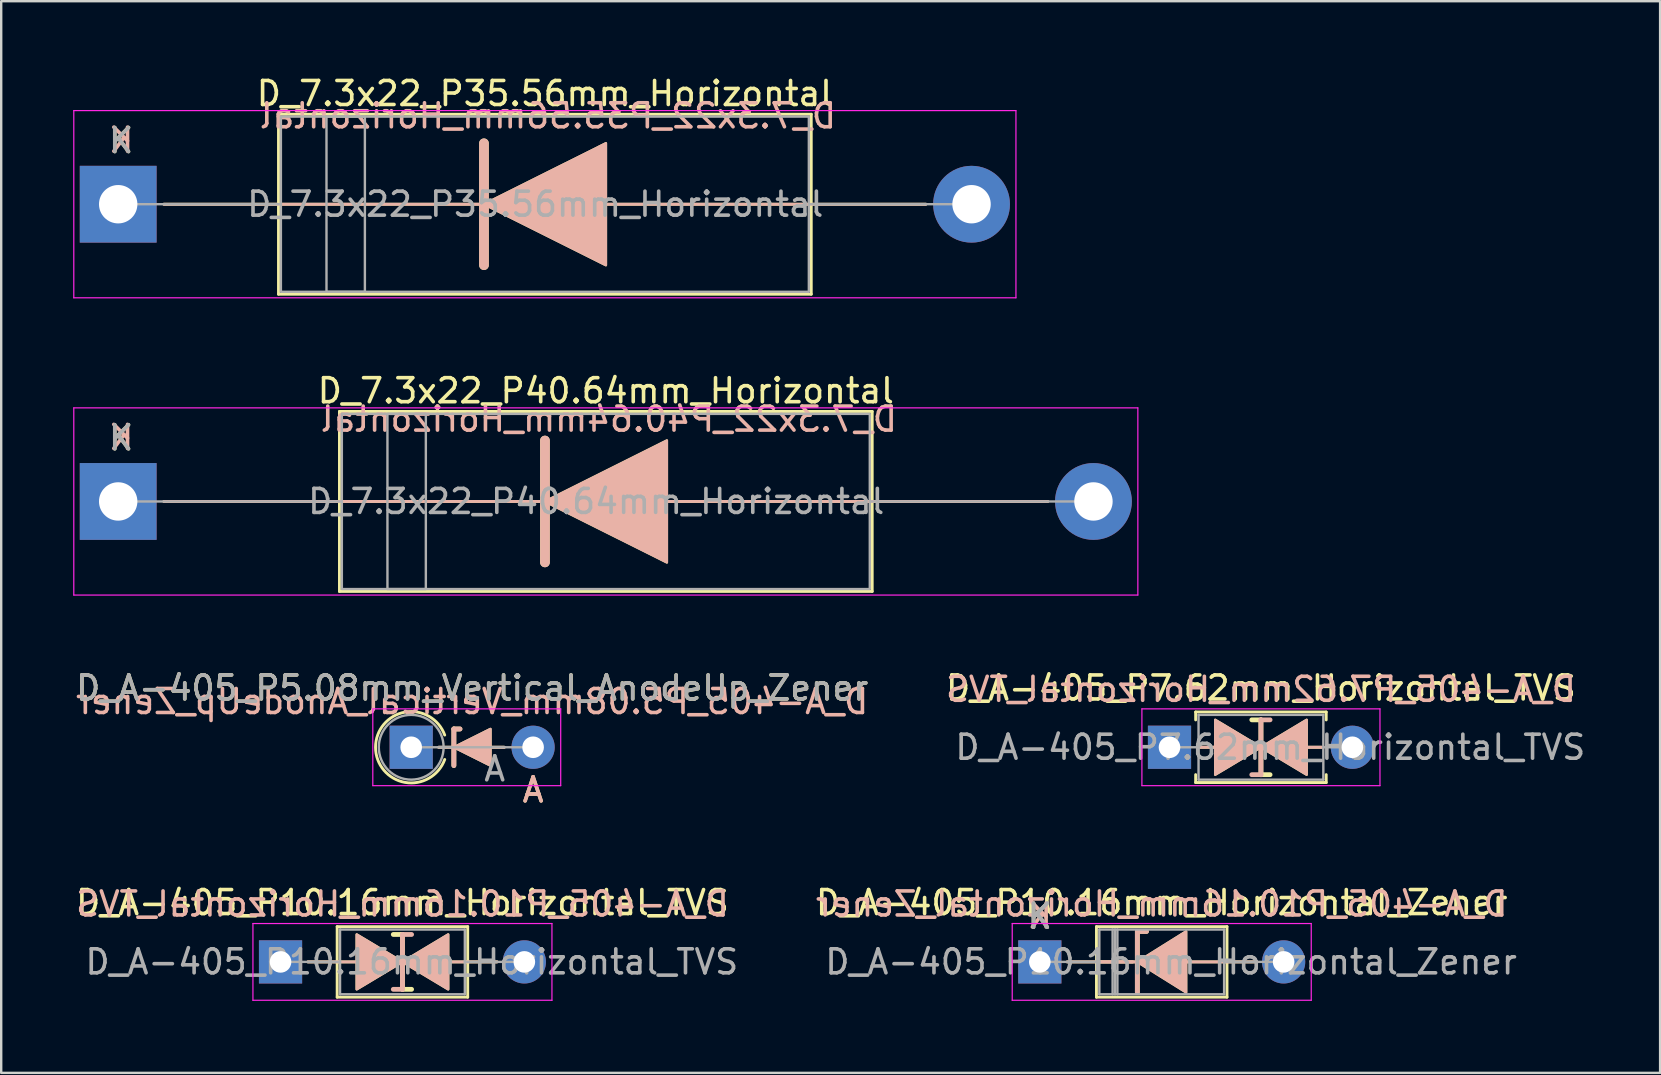
<source format=kicad_pcb>
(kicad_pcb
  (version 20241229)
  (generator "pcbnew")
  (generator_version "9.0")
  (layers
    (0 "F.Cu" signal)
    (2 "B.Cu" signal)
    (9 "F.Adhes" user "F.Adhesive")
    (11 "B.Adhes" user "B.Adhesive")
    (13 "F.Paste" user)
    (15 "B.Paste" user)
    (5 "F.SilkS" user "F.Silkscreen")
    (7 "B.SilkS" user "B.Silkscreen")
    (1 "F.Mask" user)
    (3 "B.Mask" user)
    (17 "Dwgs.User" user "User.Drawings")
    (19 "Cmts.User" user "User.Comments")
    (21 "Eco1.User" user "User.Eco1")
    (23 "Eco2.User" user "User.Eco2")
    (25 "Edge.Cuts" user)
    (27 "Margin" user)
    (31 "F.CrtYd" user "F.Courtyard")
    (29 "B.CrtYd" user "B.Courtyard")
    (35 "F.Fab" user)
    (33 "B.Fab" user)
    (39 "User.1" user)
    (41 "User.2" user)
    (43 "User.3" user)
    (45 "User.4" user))
  (footprint "D_7.3x22_P40.64mm_Horizontal"
    (layer "F.Cu")
    (at 1.875 17.846)
    (property "Reference" "D_7.3x22_P40.64mm_Horizontal" (at 20.32 -4.612 0) (layer "F.SilkS") (effects (font (size 1 1) (thickness 0.15))))
    (attr through_hole)
    (fp_line (start 1.905 0) (end 38.735 0) (stroke (width 0.12) (type solid)) (layer "F.SilkS"))
    (fp_line (start 9.22 -3.75) (end 31.42 -3.75) (stroke (width 0.12) (type default)) (layer "F.SilkS"))
    (fp_line (start 9.22 0) (end 9.22 -3.75) (stroke (width 0.12) (type default)) (layer "F.SilkS"))
    (fp_line (start 9.22 3.75) (end 9.22 0) (stroke (width 0.12) (type default)) (layer "F.SilkS"))
    (fp_line (start 9.22 3.75) (end 31.42 3.75) (stroke (width 0.12) (type default)) (layer "F.SilkS"))
    (fp_line (start 17.782 2.54) (end 17.782 -2.54) (stroke (width 0.4) (type solid)) (layer "F.SilkS"))
    (fp_line (start 31.42 -3.75) (end 31.42 0) (stroke (width 0.12) (type default)) (layer "F.SilkS"))
    (fp_line (start 31.42 0) (end 31.42 3.75) (stroke (width 0.12) (type default)) (layer "F.SilkS"))
    (fp_poly (pts (xy 22.863 2.54) (xy 17.782 0) (xy 22.863 -2.54)) (stroke (width 0.1) (type solid)) (fill yes) (layer "F.SilkS"))
    (fp_line (start 1.907 0) (end 38.737 0) (stroke (width 0.12) (type solid)) (layer "B.SilkS"))
    (fp_line (start 17.785 -2.54) (end 17.785 2.54) (stroke (width 0.4) (type solid)) (layer "B.SilkS"))
    (fp_poly (pts (xy 22.865 -2.54) (xy 17.785 0) (xy 22.865 2.54)) (stroke (width 0.1) (type solid)) (fill yes) (layer "B.SilkS"))
    (fp_line (start -1.85 -3.9) (end -1.85 3.9) (stroke (width 0.05) (type solid)) (layer "F.CrtYd"))
    (fp_line (start -1.85 3.9) (end 42.49 3.9) (stroke (width 0.05) (type solid)) (layer "F.CrtYd"))
    (fp_line (start 42.49 -3.9) (end -1.85 -3.9) (stroke (width 0.05) (type solid)) (layer "F.CrtYd"))
    (fp_line (start 42.49 3.9) (end 42.49 -3.9) (stroke (width 0.05) (type solid)) (layer "F.CrtYd"))
    (fp_line (start 0 0) (end 9.32 0) (stroke (width 0.1) (type solid)) (layer "F.Fab"))
    (fp_line (start 31.32 0) (end 40.64 0) (stroke (width 0.1) (type solid)) (layer "F.Fab"))
    (fp_rect (start 9.32 -3.65) (end 31.32 3.65) (stroke (width 0.1) (type default)) (fill no) (layer "F.Fab"))
    (fp_rect (start 11.22 -3.65) (end 12.82 3.65) (stroke (width 0.1) (type solid)) (fill no) (layer "F.Fab"))
    (fp_text user "K" (at 0.12 -2.65 0) (layer "F.SilkS") (effects (font (size 1 1) (thickness 0.15))))
    (fp_text user "${REFERENCE}" (at 20.447 -3.429 0) (layer "B.SilkS") (effects (font (size 1 1) (thickness 0.15)) (justify mirror)))
    (fp_text user "K" (at 0.127 -2.667 0) (layer "B.SilkS") (effects (font (size 1 1) (thickness 0.15)) (justify mirror)))
    (fp_text user "K" (at 0.12 -2.65 0) (layer "F.Fab") (effects (font (size 1 1) (thickness 0.15))))
    (fp_text user "${REFERENCE}" (at 19.92 0 0) (layer "F.Fab") (effects (font (size 1 1) (thickness 0.15))))
    (pad "1" thru_hole rect (at 0 0) (size 3.2 3.2) (drill 1.6) (layers "*.Cu" "*.Mask"))
    (pad "2" thru_hole oval (at 40.64 0) (size 3.2 3.2) (drill 1.6) (layers "*.Cu" "*.Mask")))
  (footprint "D_A-405_P10.16mm_Horizontal_TVS"
    (layer "F.Cu")
    (at 8.64 37.033)
    (property "Reference" "D_A-405_P10.16mm_Horizontal_TVS" (at 5.08 -2.47 0) (layer "F.SilkS") (effects (font (size 1 1) (thickness 0.15))))
    (fp_line (start 1.14 0) (end 2.36 0) (stroke (width 0.12) (type solid)) (layer "F.SilkS"))
    (fp_line (start 2.36 -1.47) (end 2.36 1.47) (stroke (width 0.12) (type solid)) (layer "F.SilkS"))
    (fp_line (start 2.36 0) (end 3.175 0) (stroke (width 0.12) (type solid)) (layer "F.SilkS"))
    (fp_line (start 2.36 1.47) (end 7.8 1.47) (stroke (width 0.12) (type solid)) (layer "F.SilkS"))
    (fp_line (start 5.08 -1.143) (end 4.699 -1.143) (stroke (width 0.2) (type solid)) (layer "F.SilkS"))
    (fp_line (start 5.08 1.143) (end 5.08 -1.143) (stroke (width 0.2) (type solid)) (layer "F.SilkS"))
    (fp_line (start 5.461 1.143) (end 5.08 1.143) (stroke (width 0.2) (type solid)) (layer "F.SilkS"))
    (fp_line (start 7.8 -1.47) (end 2.36 -1.47) (stroke (width 0.12) (type solid)) (layer "F.SilkS"))
    (fp_line (start 7.8 0) (end 6.985 0) (stroke (width 0.12) (type solid)) (layer "F.SilkS"))
    (fp_line (start 7.8 1.47) (end 7.8 -1.47) (stroke (width 0.12) (type solid)) (layer "F.SilkS"))
    (fp_line (start 9.02 0) (end 7.8 0) (stroke (width 0.12) (type solid)) (layer "F.SilkS"))
    (fp_poly (pts (xy 5.08 0) (xy 3.175 1.143) (xy 3.175 -1.143)) (stroke (width 0.1) (type solid)) (fill yes) (layer "F.SilkS"))
    (fp_poly (pts (xy 5.08 0) (xy 6.985 -1.143) (xy 6.985 1.143)) (stroke (width 0.1) (type solid)) (fill yes) (layer "F.SilkS"))
    (fp_line (start 1.14 0) (end 2.36 0) (stroke (width 0.12) (type solid)) (layer "B.SilkS"))
    (fp_line (start 2.36 0) (end 3.175 0) (stroke (width 0.12) (type solid)) (layer "B.SilkS"))
    (fp_line (start 5.08 -1.143) (end 5.08 1.143) (stroke (width 0.2) (type solid)) (layer "B.SilkS"))
    (fp_line (start 5.08 1.143) (end 4.699 1.143) (stroke (width 0.2) (type solid)) (layer "B.SilkS"))
    (fp_line (start 5.461 -1.143) (end 5.08 -1.143) (stroke (width 0.2) (type solid)) (layer "B.SilkS"))
    (fp_line (start 7.8 0) (end 6.985 0) (stroke (width 0.12) (type solid)) (layer "B.SilkS"))
    (fp_line (start 9.02 0) (end 7.8 0) (stroke (width 0.12) (type solid)) (layer "B.SilkS"))
    (fp_poly (pts (xy 5.08 0) (xy 3.175 -1.143) (xy 3.175 1.143)) (stroke (width 0.1) (type solid)) (fill yes) (layer "B.SilkS"))
    (fp_poly (pts (xy 5.08 0) (xy 6.985 1.143) (xy 6.985 -1.143)) (stroke (width 0.1) (type solid)) (fill yes) (layer "B.SilkS"))
    (fp_line (start -1.15 -1.6) (end -1.15 1.6) (stroke (width 0.05) (type solid)) (layer "F.CrtYd"))
    (fp_line (start -1.15 1.6) (end 11.31 1.6) (stroke (width 0.05) (type solid)) (layer "F.CrtYd"))
    (fp_line (start 11.31 -1.6) (end -1.15 -1.6) (stroke (width 0.05) (type solid)) (layer "F.CrtYd"))
    (fp_line (start 11.31 1.6) (end 11.31 -1.6) (stroke (width 0.05) (type solid)) (layer "F.CrtYd"))
    (fp_line (start 0 0) (end 2.48 0) (stroke (width 0.1) (type solid)) (layer "F.Fab"))
    (fp_line (start 2.48 -1.35) (end 2.48 1.35) (stroke (width 0.1) (type solid)) (layer "F.Fab"))
    (fp_line (start 2.48 1.35) (end 7.68 1.35) (stroke (width 0.1) (type solid)) (layer "F.Fab"))
    (fp_line (start 7.68 -1.35) (end 2.48 -1.35) (stroke (width 0.1) (type solid)) (layer "F.Fab"))
    (fp_line (start 7.68 1.35) (end 7.68 -1.35) (stroke (width 0.1) (type solid)) (layer "F.Fab"))
    (fp_line (start 10.16 0) (end 7.68 0) (stroke (width 0.1) (type solid)) (layer "F.Fab"))
    (fp_text user "${REFERENCE}" (at 5.08 -2.413 0) (layer "B.SilkS") (effects (font (size 1 1) (thickness 0.15)) (justify mirror)))
    (fp_text user "${REFERENCE}" (at 5.47 0 0) (layer "F.Fab") (effects (font (size 1 1) (thickness 0.15))))
    (pad "1" thru_hole rect (at 0 0) (size 1.8 1.8) (drill 0.9) (layers "*.Cu" "*.Mask"))
    (pad "2" thru_hole oval (at 10.16 0) (size 1.8 1.8) (drill 0.9) (layers "*.Cu" "*.Mask")))
  (footprint "D_A-405_P10.16mm_Horizontal_Zener"
    (layer "F.Cu")
    (at 40.28 37.033)
    (property "Reference" "D_A-405_P10.16mm_Horizontal_Zener" (at 5.08 -2.47 0) (layer "F.SilkS") (effects (font (size 1 1) (thickness 0.15))))
    (fp_line (start 1.14 0) (end 2.36 0) (stroke (width 0.12) (type solid)) (layer "F.SilkS"))
    (fp_line (start 2.36 -1.47) (end 2.36 1.47) (stroke (width 0.12) (type solid)) (layer "F.SilkS"))
    (fp_line (start 2.36 1.47) (end 7.8 1.47) (stroke (width 0.12) (type solid)) (layer "F.SilkS"))
    (fp_line (start 2.54 0) (end 4.064 0) (stroke (width 0.12) (type solid)) (layer "F.SilkS"))
    (fp_line (start 3.87 0) (end 2.36 0) (stroke (width 0.12) (type solid)) (layer "F.SilkS"))
    (fp_line (start 4.064 -1.27) (end 4.064 1.27) (stroke (width 0.2) (type solid)) (layer "F.SilkS"))
    (fp_line (start 4.064 -1.27) (end 4.445 -1.27) (stroke (width 0.2) (type solid)) (layer "F.SilkS"))
    (fp_line (start 7.8 -1.47) (end 2.36 -1.47) (stroke (width 0.12) (type solid)) (layer "F.SilkS"))
    (fp_line (start 7.8 0) (end 6.096 0) (stroke (width 0.12) (type solid)) (layer "F.SilkS"))
    (fp_line (start 7.8 1.47) (end 7.8 -1.47) (stroke (width 0.12) (type solid)) (layer "F.SilkS"))
    (fp_line (start 9.02 0) (end 7.8 0) (stroke (width 0.12) (type solid)) (layer "F.SilkS"))
    (fp_poly (pts (xy 6.096 1.27) (xy 4.064 0) (xy 6.096 -1.27)) (stroke (width 0.1) (type solid)) (fill yes) (layer "F.SilkS"))
    (fp_line (start 1.14 0) (end 2.36 0) (stroke (width 0.12) (type solid)) (layer "B.SilkS"))
    (fp_line (start 2.54 0) (end 4.064 0) (stroke (width 0.12) (type solid)) (layer "B.SilkS"))
    (fp_line (start 3.87 0) (end 2.36 0) (stroke (width 0.12) (type solid)) (layer "B.SilkS"))
    (fp_line (start 4.064 -1.27) (end 4.445 -1.27) (stroke (width 0.2) (type solid)) (layer "B.SilkS"))
    (fp_line (start 4.064 1.27) (end 4.064 -1.27) (stroke (width 0.2) (type solid)) (layer "B.SilkS"))
    (fp_line (start 7.8 0) (end 6.096 0) (stroke (width 0.12) (type solid)) (layer "B.SilkS"))
    (fp_line (start 9.02 0) (end 7.8 0) (stroke (width 0.12) (type solid)) (layer "B.SilkS"))
    (fp_poly (pts (xy 6.096 -1.27) (xy 4.064 0) (xy 6.096 1.27)) (stroke (width 0.1) (type solid)) (fill yes) (layer "B.SilkS"))
    (fp_line (start -1.15 -1.6) (end -1.15 1.6) (stroke (width 0.05) (type solid)) (layer "F.CrtYd"))
    (fp_line (start -1.15 1.6) (end 11.31 1.6) (stroke (width 0.05) (type solid)) (layer "F.CrtYd"))
    (fp_line (start 11.31 -1.6) (end -1.15 -1.6) (stroke (width 0.05) (type solid)) (layer "F.CrtYd"))
    (fp_line (start 11.31 1.6) (end 11.31 -1.6) (stroke (width 0.05) (type solid)) (layer "F.CrtYd"))
    (fp_line (start 0 0) (end 2.48 0) (stroke (width 0.1) (type solid)) (layer "F.Fab"))
    (fp_line (start 2.48 -1.35) (end 2.48 1.35) (stroke (width 0.1) (type solid)) (layer "F.Fab"))
    (fp_line (start 2.48 1.35) (end 7.68 1.35) (stroke (width 0.1) (type solid)) (layer "F.Fab"))
    (fp_line (start 3.033 -1.35) (end 3.033 1.35) (stroke (width 0.1) (type solid)) (layer "F.Fab"))
    (fp_line (start 3.133 -1.35) (end 3.133 1.35) (stroke (width 0.1) (type solid)) (layer "F.Fab"))
    (fp_line (start 3.233 -1.35) (end 3.233 1.35) (stroke (width 0.1) (type solid)) (layer "F.Fab"))
    (fp_line (start 7.68 -1.35) (end 2.48 -1.35) (stroke (width 0.1) (type solid)) (layer "F.Fab"))
    (fp_line (start 7.68 1.35) (end 7.68 -1.35) (stroke (width 0.1) (type solid)) (layer "F.Fab"))
    (fp_line (start 10.16 0) (end 7.68 0) (stroke (width 0.1) (type solid)) (layer "F.Fab"))
    (fp_text user "K" (at 0 -1.905 0) (layer "F.SilkS") (effects (font (size 1 1) (thickness 0.15))))
    (fp_text user "K" (at 0 -1.91 0) (layer "B.SilkS") (effects (font (size 1 1) (thickness 0.15)) (justify mirror)))
    (fp_text user "${REFERENCE}" (at 5.08 -2.413 0) (layer "B.SilkS") (effects (font (size 1 1) (thickness 0.15)) (justify mirror)))
    (fp_text user "K" (at 0 -1.9 0) (layer "F.Fab") (effects (font (size 1 1) (thickness 0.15))))
    (fp_text user "K" (at 0 -1.905 0) (layer "F.Fab") (effects (font (size 1 1) (thickness 0.15))))
    (fp_text user "${REFERENCE}" (at 5.47 0 0) (layer "F.Fab") (effects (font (size 1 1) (thickness 0.15))))
    (pad "1" thru_hole rect (at 0 0) (size 1.8 1.8) (drill 0.9) (layers "*.Cu" "*.Mask"))
    (pad "2" thru_hole oval (at 10.16 0) (size 1.8 1.8) (drill 0.9) (layers "*.Cu" "*.Mask")))
  (footprint "D_7.3x22_P35.56mm_Horizontal"
    (layer "F.Cu")
    (at 1.875 5.46)
    (property "Reference" "D_7.3x22_P35.56mm_Horizontal" (at 17.78 -4.612 0) (layer "F.SilkS") (effects (font (size 1 1) (thickness 0.15))))
    (attr through_hole)
    (fp_line (start 1.905 0) (end 33.655 0) (stroke (width 0.12) (type solid)) (layer "F.SilkS"))
    (fp_line (start 6.68 -3.75) (end 28.88 -3.75) (stroke (width 0.12) (type default)) (layer "F.SilkS"))
    (fp_line (start 6.68 0) (end 6.68 -3.75) (stroke (width 0.12) (type default)) (layer "F.SilkS"))
    (fp_line (start 6.68 3.75) (end 6.68 0) (stroke (width 0.12) (type default)) (layer "F.SilkS"))
    (fp_line (start 6.68 3.75) (end 28.88 3.75) (stroke (width 0.12) (type default)) (layer "F.SilkS"))
    (fp_line (start 15.242 2.54) (end 15.242 -2.54) (stroke (width 0.4) (type solid)) (layer "F.SilkS"))
    (fp_line (start 28.88 -3.75) (end 28.88 0) (stroke (width 0.12) (type default)) (layer "F.SilkS"))
    (fp_line (start 28.88 0) (end 28.88 3.75) (stroke (width 0.12) (type default)) (layer "F.SilkS"))
    (fp_poly (pts (xy 20.323 2.54) (xy 15.242 0) (xy 20.323 -2.54)) (stroke (width 0.1) (type solid)) (fill yes) (layer "F.SilkS"))
    (fp_line (start 1.905 0) (end 33.655 0) (stroke (width 0.12) (type solid)) (layer "B.SilkS"))
    (fp_line (start 15.242 -2.54) (end 15.242 2.54) (stroke (width 0.4) (type solid)) (layer "B.SilkS"))
    (fp_poly (pts (xy 20.323 -2.54) (xy 15.242 0) (xy 20.323 2.54)) (stroke (width 0.1) (type solid)) (fill yes) (layer "B.SilkS"))
    (fp_line (start -1.85 -3.9) (end -1.85 3.9) (stroke (width 0.05) (type solid)) (layer "F.CrtYd"))
    (fp_line (start -1.85 3.9) (end 37.41 3.9) (stroke (width 0.05) (type solid)) (layer "F.CrtYd"))
    (fp_line (start 37.41 -3.9) (end -1.85 -3.9) (stroke (width 0.05) (type solid)) (layer "F.CrtYd"))
    (fp_line (start 37.41 3.9) (end 37.41 -3.9) (stroke (width 0.05) (type solid)) (layer "F.CrtYd"))
    (fp_line (start 0 0) (end 6.78 0) (stroke (width 0.1) (type solid)) (layer "F.Fab"))
    (fp_line (start 28.78 0) (end 35.56 0) (stroke (width 0.1) (type solid)) (layer "F.Fab"))
    (fp_rect (start 6.78 -3.65) (end 28.78 3.65) (stroke (width 0.1) (type default)) (fill no) (layer "F.Fab"))
    (fp_rect (start 8.68 -3.65) (end 10.28 3.65) (stroke (width 0.1) (type solid)) (fill no) (layer "F.Fab"))
    (fp_text user "K" (at 0.12 -2.65 0) (layer "F.SilkS") (effects (font (size 1 1) (thickness 0.15))))
    (fp_text user "${REFERENCE}" (at 17.907 -3.683 0) (layer "B.SilkS") (effects (font (size 1 1) (thickness 0.15)) (justify mirror)))
    (fp_text user "K" (at 0.127 -2.667 0) (layer "B.SilkS") (effects (font (size 1 1) (thickness 0.15)) (justify mirror)))
    (fp_text user "${REFERENCE}" (at 17.38 0 0) (layer "F.Fab") (effects (font (size 1 1) (thickness 0.15))))
    (fp_text user "K" (at 0.12 -2.65 0) (layer "F.Fab") (effects (font (size 1 1) (thickness 0.15))))
    (pad "1" thru_hole rect (at 0 0) (size 3.2 3.2) (drill 1.6) (layers "*.Cu" "*.Mask"))
    (pad "2" thru_hole oval (at 35.56 0) (size 3.2 3.2) (drill 1.6) (layers "*.Cu" "*.Mask")))
  (footprint "D_A-405_P5.08mm_Vertical_AnodeUp_Zener"
    (layer "F.Cu")
    (at 14.085 28.089)
    (property "Reference" "D_A-405_P5.08mm_Vertical_AnodeUp_Zener" (at 2.54 -2.47 0) (layer "F.SilkS") (effects (font (size 1 1) (thickness 0.15))))
    (fp_line (start 1.143 0) (end 3.88 0) (stroke (width 0.12) (type solid)) (layer "F.SilkS"))
    (fp_line (start 1.778 -0.762) (end 1.778 0.762) (stroke (width 0.2) (type solid)) (layer "F.SilkS"))
    (fp_line (start 1.778 -0.762) (end 2.032 -0.762) (stroke (width 0.2) (type solid)) (layer "F.SilkS"))
    (fp_arc (start 1.396999 0.508) (mid -1.486496 0) (end 1.396999 -0.507999) (stroke (width 0.12) (type solid)) (layer "F.SilkS"))
    (fp_poly (pts (xy 3.302 0.762) (xy 1.778 0) (xy 3.302 -0.762)) (stroke (width 0.1) (type solid)) (fill yes) (layer "F.SilkS"))
    (fp_line (start 1.143 0) (end 3.88 0) (stroke (width 0.12) (type solid)) (layer "B.SilkS"))
    (fp_line (start 1.778 -0.762) (end 2.032 -0.762) (stroke (width 0.2) (type solid)) (layer "B.SilkS"))
    (fp_line (start 1.778 0.762) (end 1.778 -0.762) (stroke (width 0.2) (type solid)) (layer "B.SilkS"))
    (fp_poly (pts (xy 3.302 -0.762) (xy 1.778 0) (xy 3.302 0.762)) (stroke (width 0.1) (type solid)) (fill yes) (layer "B.SilkS"))
    (fp_line (start -1.6 -1.6) (end -1.6 1.6) (stroke (width 0.05) (type solid)) (layer "F.CrtYd"))
    (fp_line (start -1.6 1.6) (end 6.23 1.6) (stroke (width 0.05) (type solid)) (layer "F.CrtYd"))
    (fp_line (start 6.23 -1.6) (end -1.6 -1.6) (stroke (width 0.05) (type solid)) (layer "F.CrtYd"))
    (fp_line (start 6.23 1.6) (end 6.23 -1.6) (stroke (width 0.05) (type solid)) (layer "F.CrtYd"))
    (fp_line (start 0 0) (end 5.08 0) (stroke (width 0.1) (type solid)) (layer "F.Fab"))
    (fp_circle (center 0 0) (end 1.35 0) (stroke (width 0.1) (type solid)) (fill no) (layer "F.Fab"))
    (fp_text user "A" (at 5.08 1.778 0) (layer "F.SilkS") (effects (font (size 1 1) (thickness 0.15))))
    (fp_text user "A" (at 5.08 1.778 0) (layer "B.SilkS") (effects (font (size 1 1) (thickness 0.15)) (justify mirror)))
    (fp_text user "${REFERENCE}" (at 2.54 -1.905 0) (layer "B.SilkS") (effects (font (size 1 1) (thickness 0.15)) (justify mirror)))
    (fp_text user "${REFERENCE}" (at 2.54 -2.47 0) (layer "F.Fab") (effects (font (size 1 1) (thickness 0.15))))
    (fp_text user "A" (at 3.48 0.9 0) (layer "F.Fab") (effects (font (size 1 1) (thickness 0.15))))
    (pad "1" thru_hole rect (at 0 0) (size 1.8 1.8) (drill 0.9) (layers "*.Cu" "*.Mask"))
    (pad "2" thru_hole oval (at 5.08 0) (size 1.8 1.8) (drill 0.9) (layers "*.Cu" "*.Mask")))
  (footprint "D_A-405_P7.62mm_Horizontal_TVS"
    (layer "F.Cu")
    (at 45.684 28.089)
    (property "Reference" "D_A-405_P7.62mm_Horizontal_TVS" (at 3.81 -2.47 0) (layer "F.SilkS") (effects (font (size 1 1) (thickness 0.15))))
    (fp_line (start 1.09 -1.47) (end 6.53 -1.47) (stroke (width 0.12) (type solid)) (layer "F.SilkS"))
    (fp_line (start 1.09 -1.14) (end 1.09 -1.47) (stroke (width 0.12) (type solid)) (layer "F.SilkS"))
    (fp_line (start 1.09 1.14) (end 1.09 1.47) (stroke (width 0.12) (type solid)) (layer "F.SilkS"))
    (fp_line (start 1.09 1.47) (end 6.53 1.47) (stroke (width 0.12) (type solid)) (layer "F.SilkS"))
    (fp_line (start 1.27 0) (end 1.905 0) (stroke (width 0.12) (type solid)) (layer "F.SilkS"))
    (fp_line (start 3.81 -1.143) (end 3.429 -1.143) (stroke (width 0.2) (type solid)) (layer "F.SilkS"))
    (fp_line (start 3.81 1.143) (end 3.81 -1.143) (stroke (width 0.2) (type solid)) (layer "F.SilkS"))
    (fp_line (start 4.191 1.143) (end 3.81 1.143) (stroke (width 0.2) (type solid)) (layer "F.SilkS"))
    (fp_line (start 6.35 0) (end 5.715 0) (stroke (width 0.12) (type solid)) (layer "F.SilkS"))
    (fp_line (start 6.53 -1.47) (end 6.53 -1.14) (stroke (width 0.12) (type solid)) (layer "F.SilkS"))
    (fp_line (start 6.53 1.47) (end 6.53 1.14) (stroke (width 0.12) (type solid)) (layer "F.SilkS"))
    (fp_poly (pts (xy 3.81 0) (xy 1.905 1.143) (xy 1.905 -1.143)) (stroke (width 0.1) (type solid)) (fill yes) (layer "F.SilkS"))
    (fp_poly (pts (xy 3.81 0) (xy 5.715 -1.143) (xy 5.715 1.143)) (stroke (width 0.1) (type solid)) (fill yes) (layer "F.SilkS"))
    (fp_line (start 1.27 0) (end 1.905 0) (stroke (width 0.12) (type solid)) (layer "B.SilkS"))
    (fp_line (start 3.81 -1.143) (end 3.81 1.143) (stroke (width 0.2) (type solid)) (layer "B.SilkS"))
    (fp_line (start 3.81 1.143) (end 3.429 1.143) (stroke (width 0.2) (type solid)) (layer "B.SilkS"))
    (fp_line (start 4.191 -1.143) (end 3.81 -1.143) (stroke (width 0.2) (type solid)) (layer "B.SilkS"))
    (fp_line (start 6.35 0) (end 5.715 0) (stroke (width 0.12) (type solid)) (layer "B.SilkS"))
    (fp_poly (pts (xy 3.81 0) (xy 1.905 -1.143) (xy 1.905 1.143)) (stroke (width 0.1) (type solid)) (fill yes) (layer "B.SilkS"))
    (fp_poly (pts (xy 3.81 0) (xy 5.715 1.143) (xy 5.715 -1.143)) (stroke (width 0.1) (type solid)) (fill yes) (layer "B.SilkS"))
    (fp_line (start -1.15 -1.6) (end -1.15 1.6) (stroke (width 0.05) (type solid)) (layer "F.CrtYd"))
    (fp_line (start -1.15 1.6) (end 8.77 1.6) (stroke (width 0.05) (type solid)) (layer "F.CrtYd"))
    (fp_line (start 8.77 -1.6) (end -1.15 -1.6) (stroke (width 0.05) (type solid)) (layer "F.CrtYd"))
    (fp_line (start 8.77 1.6) (end 8.77 -1.6) (stroke (width 0.05) (type solid)) (layer "F.CrtYd"))
    (fp_line (start 0 0) (end 1.21 0) (stroke (width 0.1) (type solid)) (layer "F.Fab"))
    (fp_line (start 1.21 -1.35) (end 1.21 1.35) (stroke (width 0.1) (type solid)) (layer "F.Fab"))
    (fp_line (start 1.21 1.35) (end 6.41 1.35) (stroke (width 0.1) (type solid)) (layer "F.Fab"))
    (fp_line (start 6.41 -1.35) (end 1.21 -1.35) (stroke (width 0.1) (type solid)) (layer "F.Fab"))
    (fp_line (start 6.41 1.35) (end 6.41 -1.35) (stroke (width 0.1) (type solid)) (layer "F.Fab"))
    (fp_line (start 7.62 0) (end 6.41 0) (stroke (width 0.1) (type solid)) (layer "F.Fab"))
    (fp_text user "${REFERENCE}" (at 3.81 -2.413 0) (layer "B.SilkS") (effects (font (size 1 1) (thickness 0.15)) (justify mirror)))
    (fp_text user "${REFERENCE}" (at 4.2 0 0) (layer "F.Fab") (effects (font (size 1 1) (thickness 0.15))))
    (pad "1" thru_hole rect (at 0 0) (size 1.8 1.8) (drill 0.9) (layers "*.Cu" "*.Mask"))
    (pad "2" thru_hole oval (at 7.62 0) (size 1.8 1.8) (drill 0.9) (layers "*.Cu" "*.Mask")))
  (gr_rect
    (start -3 -3)
    (end 66.128 41.658)
    (stroke (width 0.1) (type default))
    (fill no)
    (layer "Edge.Cuts")))
</source>
